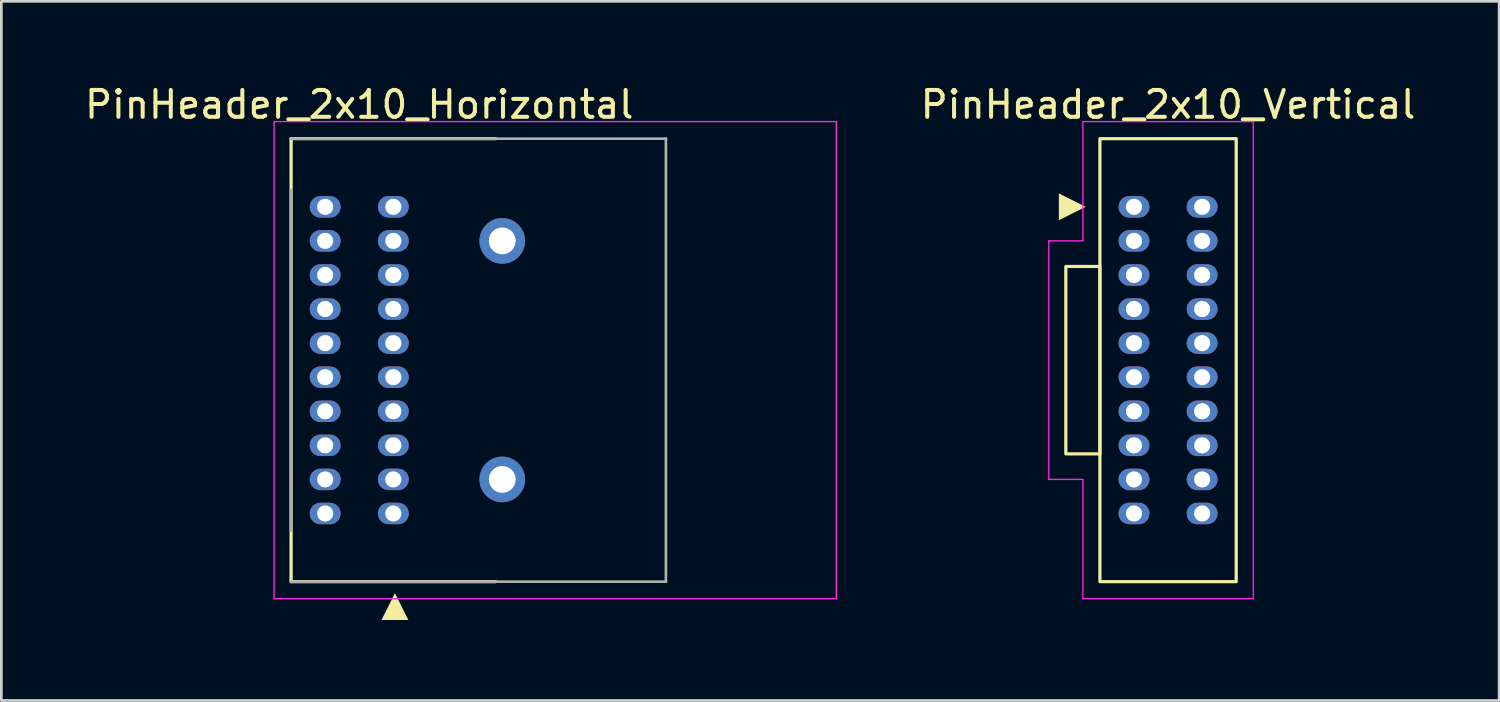
<source format=kicad_pcb>
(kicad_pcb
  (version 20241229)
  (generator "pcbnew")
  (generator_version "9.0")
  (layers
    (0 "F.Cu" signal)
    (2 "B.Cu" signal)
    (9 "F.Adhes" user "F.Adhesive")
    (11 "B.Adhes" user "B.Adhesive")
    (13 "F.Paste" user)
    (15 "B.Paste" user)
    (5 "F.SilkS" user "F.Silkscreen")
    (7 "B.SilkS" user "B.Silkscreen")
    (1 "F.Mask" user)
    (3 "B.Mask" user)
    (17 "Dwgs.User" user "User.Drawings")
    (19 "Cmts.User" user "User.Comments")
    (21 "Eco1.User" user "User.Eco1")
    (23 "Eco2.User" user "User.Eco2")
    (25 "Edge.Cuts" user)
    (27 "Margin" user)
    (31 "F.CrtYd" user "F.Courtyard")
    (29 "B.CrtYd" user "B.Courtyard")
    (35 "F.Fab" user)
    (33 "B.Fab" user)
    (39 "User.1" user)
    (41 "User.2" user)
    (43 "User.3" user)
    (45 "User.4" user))
  (footprint "PinHeader_2x10_Vertical"
    (layer "F.Cu")
    (at 39.214 4.658)
    (property "Reference" "PinHeader_2x10_Vertical" (at 1.27 -3.81 0) (layer "F.SilkS") (effects (font (size 1 1) (thickness 0.15))))
    (attr through_hole)
    (fp_rect (start -2.54 2.223) (end -1.27 9.207) (stroke (width 0.12) (type default)) (fill no) (layer "F.SilkS"))
    (fp_rect (start -1.27 -2.54) (end 3.81 13.97) (stroke (width 0.12) (type default)) (fill no) (layer "F.SilkS"))
    (fp_poly (pts (xy -2.8 0.5) (xy -2.8 -0.5) (xy -1.8 0)) (stroke (width 0) (type solid)) (fill yes) (layer "F.SilkS"))
    (fp_line (start -3.175 1.27) (end -1.905 1.27) (stroke (width 0.05) (type default)) (layer "F.CrtYd"))
    (fp_line (start -3.175 10.16) (end -3.175 1.27) (stroke (width 0.05) (type default)) (layer "F.CrtYd"))
    (fp_line (start -1.905 -3.175) (end 4.445 -3.175) (stroke (width 0.05) (type default)) (layer "F.CrtYd"))
    (fp_line (start -1.905 1.27) (end -1.905 -3.175) (stroke (width 0.05) (type default)) (layer "F.CrtYd"))
    (fp_line (start -1.905 10.16) (end -3.175 10.16) (stroke (width 0.05) (type default)) (layer "F.CrtYd"))
    (fp_line (start -1.905 14.605) (end -1.905 10.16) (stroke (width 0.05) (type default)) (layer "F.CrtYd"))
    (fp_line (start 4.445 -3.175) (end 4.445 14.605) (stroke (width 0.05) (type default)) (layer "F.CrtYd"))
    (fp_line (start 4.445 14.605) (end -1.905 14.605) (stroke (width 0.05) (type default)) (layer "F.CrtYd"))
    (pad "1" thru_hole oval (at 0 0) (size 1.15 0.8) (drill 0.6) (layers "*.Cu" "*.Mask"))
    (pad "2" thru_hole oval (at 0 1.27) (size 1.15 0.8) (drill 0.6) (layers "*.Cu" "*.Mask"))
    (pad "3" thru_hole oval (at 0 2.54) (size 1.15 0.8) (drill 0.6) (layers "*.Cu" "*.Mask"))
    (pad "4" thru_hole oval (at 0 3.81) (size 1.15 0.8) (drill 0.6) (layers "*.Cu" "*.Mask"))
    (pad "5" thru_hole oval (at 0 5.08) (size 1.15 0.8) (drill 0.6) (layers "*.Cu" "*.Mask"))
    (pad "6" thru_hole oval (at 0 6.35) (size 1.15 0.8) (drill 0.6) (layers "*.Cu" "*.Mask"))
    (pad "7" thru_hole oval (at 0 7.62) (size 1.15 0.8) (drill 0.6) (layers "*.Cu" "*.Mask"))
    (pad "8" thru_hole oval (at 0 8.89) (size 1.15 0.8) (drill 0.6) (layers "*.Cu" "*.Mask"))
    (pad "9" thru_hole oval (at 0 10.16) (size 1.15 0.8) (drill 0.6) (layers "*.Cu" "*.Mask"))
    (pad "10" thru_hole oval (at 0 11.43) (size 1.15 0.8) (drill 0.6) (layers "*.Cu" "*.Mask"))
    (pad "11" thru_hole oval (at 2.54 11.43) (size 1.15 0.8) (drill 0.6) (layers "*.Cu" "*.Mask"))
    (pad "12" thru_hole oval (at 2.54 10.16) (size 1.15 0.8) (drill 0.6) (layers "*.Cu" "*.Mask"))
    (pad "13" thru_hole oval (at 2.54 8.89) (size 1.15 0.8) (drill 0.6) (layers "*.Cu" "*.Mask"))
    (pad "14" thru_hole oval (at 2.54 7.62) (size 1.15 0.8) (drill 0.6) (layers "*.Cu" "*.Mask"))
    (pad "15" thru_hole oval (at 2.54 6.35) (size 1.15 0.8) (drill 0.6) (layers "*.Cu" "*.Mask"))
    (pad "16" thru_hole oval (at 2.54 5.08) (size 1.15 0.8) (drill 0.6) (layers "*.Cu" "*.Mask"))
    (pad "17" thru_hole oval (at 2.54 3.81) (size 1.15 0.8) (drill 0.6) (layers "*.Cu" "*.Mask"))
    (pad "18" thru_hole oval (at 2.54 2.54) (size 1.15 0.8) (drill 0.6) (layers "*.Cu" "*.Mask"))
    (pad "19" thru_hole oval (at 2.54 1.27) (size 1.15 0.8) (drill 0.6) (layers "*.Cu" "*.Mask"))
    (pad "20" thru_hole oval (at 2.54 0) (size 1.15 0.8) (drill 0.6) (layers "*.Cu" "*.Mask")))
  (footprint "PinHeader_2x10_Horizontal"
    (layer "F.Cu")
    (at 9.069 4.658)
    (property "Reference" "PinHeader_2x10_Horizontal" (at 1.27 -3.81 0) (layer "F.SilkS") (effects (font (size 1 1) (thickness 0.15))))
    (attr through_hole)
    (fp_line (start -1.27 -2.54) (end -1.27 13.97) (stroke (width 0.12) (type default)) (layer "F.SilkS"))
    (fp_line (start -1.27 13.97) (end 6.35 13.97) (stroke (width 0.12) (type default)) (layer "F.SilkS"))
    (fp_line (start 6.35 -2.54) (end -1.27 -2.54) (stroke (width 0.12) (type default)) (layer "F.SilkS"))
    (fp_poly (pts (xy 3.1 15.4) (xy 2.1 15.4) (xy 2.6 14.4)) (stroke (width 0) (type solid)) (fill yes) (layer "F.SilkS"))
    (fp_line (start -1.905 -3.175) (end 19.05 -3.175) (stroke (width 0.05) (type default)) (layer "F.CrtYd"))
    (fp_line (start -1.905 14.605) (end -1.905 -3.175) (stroke (width 0.05) (type default)) (layer "F.CrtYd"))
    (fp_line (start 19.05 -3.175) (end 19.05 14.605) (stroke (width 0.05) (type default)) (layer "F.CrtYd"))
    (fp_line (start 19.05 14.605) (end -1.905 14.605) (stroke (width 0.05) (type default)) (layer "F.CrtYd"))
    (fp_line (start -1.27 -2.54) (end 12.7 -2.54) (stroke (width 0.1) (type default)) (layer "F.Fab"))
    (fp_line (start -1.27 12.065) (end -1.27 -0.635) (stroke (width 0.1) (type default)) (layer "F.Fab"))
    (fp_line (start 12.7 -2.54) (end 12.7 13.97) (stroke (width 0.1) (type default)) (layer "F.Fab"))
    (fp_line (start 12.7 13.97) (end -1.27 13.97) (stroke (width 0.1) (type default)) (layer "F.Fab"))
    (pad "1" thru_hole oval (at 2.54 11.43) (size 1.15 0.8) (drill 0.6) (layers "*.Cu" "*.Mask"))
    (pad "2" thru_hole oval (at 2.54 10.16) (size 1.15 0.8) (drill 0.6) (layers "*.Cu" "*.Mask"))
    (pad "3" thru_hole oval (at 2.54 8.89) (size 1.15 0.8) (drill 0.6) (layers "*.Cu" "*.Mask"))
    (pad "4" thru_hole oval (at 2.54 7.62) (size 1.15 0.8) (drill 0.6) (layers "*.Cu" "*.Mask"))
    (pad "5" thru_hole oval (at 2.54 6.35) (size 1.15 0.8) (drill 0.6) (layers "*.Cu" "*.Mask"))
    (pad "6" thru_hole oval (at 2.54 5.08) (size 1.15 0.8) (drill 0.6) (layers "*.Cu" "*.Mask"))
    (pad "7" thru_hole oval (at 2.54 3.81) (size 1.15 0.8) (drill 0.6) (layers "*.Cu" "*.Mask"))
    (pad "8" thru_hole oval (at 2.54 2.54) (size 1.15 0.8) (drill 0.6) (layers "*.Cu" "*.Mask"))
    (pad "9" thru_hole oval (at 2.54 1.27) (size 1.15 0.8) (drill 0.6) (layers "*.Cu" "*.Mask"))
    (pad "10" thru_hole oval (at 2.54 0) (size 1.15 0.8) (drill 0.6) (layers "*.Cu" "*.Mask"))
    (pad "11" thru_hole oval (at 0 0) (size 1.15 0.8) (drill 0.6) (layers "*.Cu" "*.Mask"))
    (pad "12" thru_hole oval (at 0 1.27) (size 1.15 0.8) (drill 0.6) (layers "*.Cu" "*.Mask"))
    (pad "13" thru_hole oval (at 0 2.54) (size 1.15 0.8) (drill 0.6) (layers "*.Cu" "*.Mask"))
    (pad "14" thru_hole oval (at 0 3.81) (size 1.15 0.8) (drill 0.6) (layers "*.Cu" "*.Mask"))
    (pad "15" thru_hole oval (at 0 5.08) (size 1.15 0.8) (drill 0.6) (layers "*.Cu" "*.Mask"))
    (pad "16" thru_hole oval (at 0 6.35) (size 1.15 0.8) (drill 0.6) (layers "*.Cu" "*.Mask"))
    (pad "17" thru_hole oval (at 0 7.62) (size 1.15 0.8) (drill 0.6) (layers "*.Cu" "*.Mask"))
    (pad "18" thru_hole oval (at 0 8.89) (size 1.15 0.8) (drill 0.6) (layers "*.Cu" "*.Mask"))
    (pad "19" thru_hole oval (at 0 10.16) (size 1.15 0.8) (drill 0.6) (layers "*.Cu" "*.Mask"))
    (pad "20" thru_hole oval (at 0 11.43) (size 1.15 0.8) (drill 0.6) (layers "*.Cu" "*.Mask"))
    (pad "S" thru_hole circle (at 6.6 1.27) (size 1.7 1.7) (drill 1) (layers "*.Cu" "*.Mask"))
    (pad "S" thru_hole circle (at 6.6 10.16) (size 1.7 1.7) (drill 1) (layers "*.Cu" "*.Mask")))
  (gr_rect
    (start -3 -3)
    (end 52.823 23.058)
    (stroke (width 0.1) (type default))
    (fill no)
    (layer "Edge.Cuts")))
</source>
